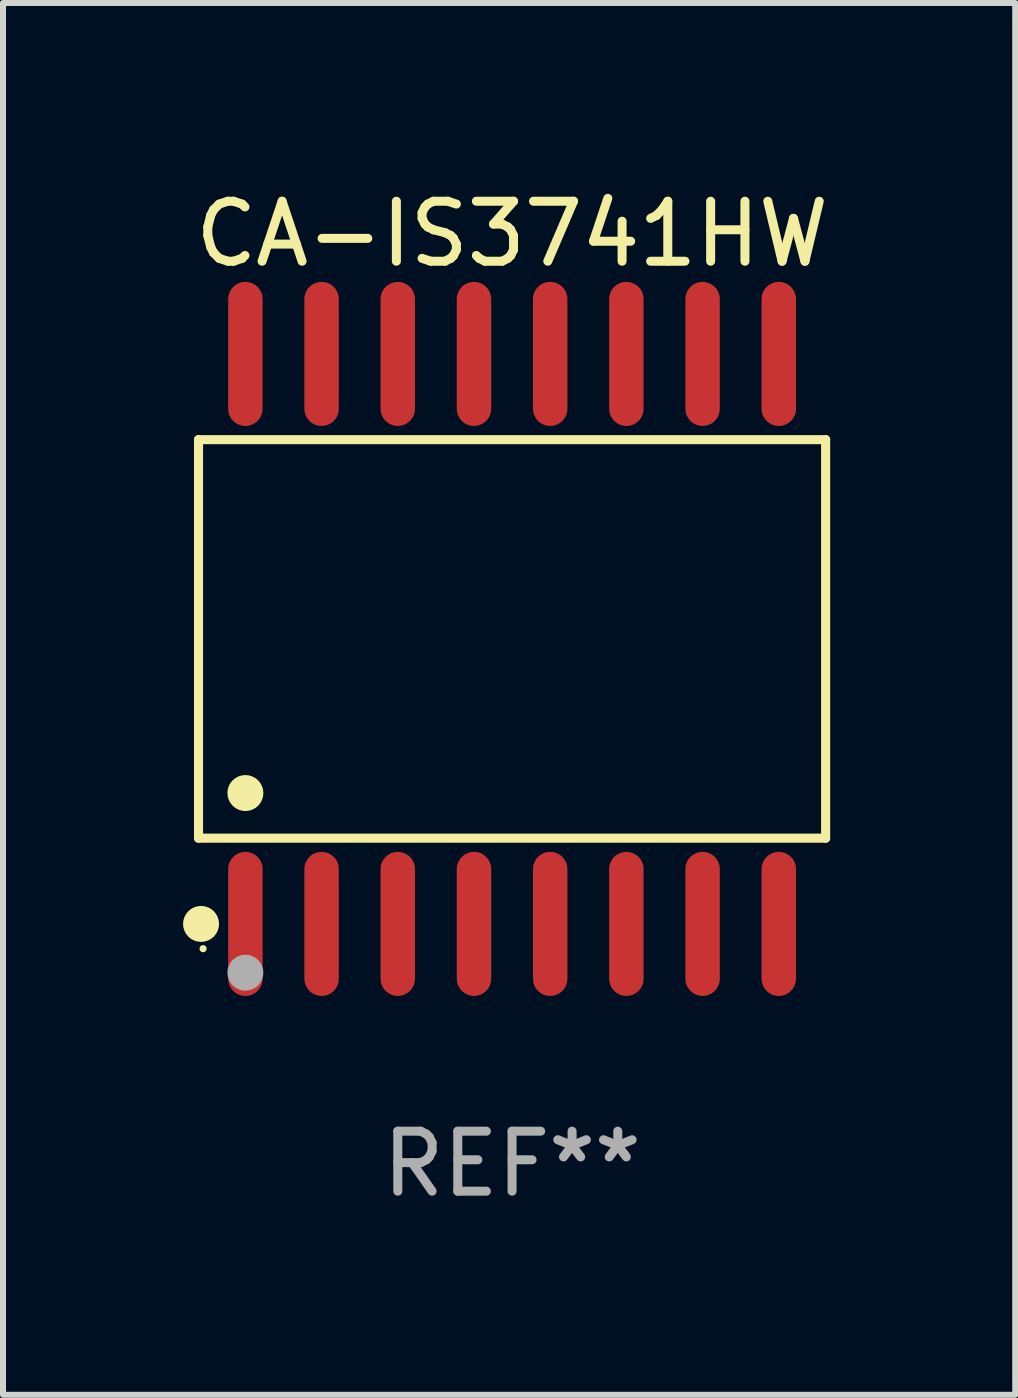
<source format=kicad_pcb>
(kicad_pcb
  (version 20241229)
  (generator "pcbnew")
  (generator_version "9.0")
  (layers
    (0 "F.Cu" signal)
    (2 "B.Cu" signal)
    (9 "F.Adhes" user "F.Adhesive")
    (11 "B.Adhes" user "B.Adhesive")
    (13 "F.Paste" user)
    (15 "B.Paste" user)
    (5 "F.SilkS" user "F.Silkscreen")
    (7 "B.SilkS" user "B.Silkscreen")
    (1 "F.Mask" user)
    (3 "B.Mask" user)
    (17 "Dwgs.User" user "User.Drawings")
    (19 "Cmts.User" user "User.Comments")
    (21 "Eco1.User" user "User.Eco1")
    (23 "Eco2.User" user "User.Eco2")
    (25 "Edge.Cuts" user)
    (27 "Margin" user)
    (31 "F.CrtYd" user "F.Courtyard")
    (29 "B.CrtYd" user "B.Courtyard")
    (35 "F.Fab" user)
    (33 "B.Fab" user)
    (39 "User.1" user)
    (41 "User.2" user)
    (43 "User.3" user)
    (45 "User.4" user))
  (footprint "CA-IS3741HW"
    (layer "F.Cu")
    (at 5.485 7.599)
    (property "Reference" "CA-IS3741HW" (at 0 -6.75 0) (layer "F.SilkS") (effects (font (size 1 1) (thickness 0.15))))
    (attr through_hole)
    (fp_line (start -5.226 -3.321) (end 5.226 -3.321) (stroke (width 0.152) (type solid)) (layer "F.SilkS"))
    (fp_line (start -5.226 3.321) (end -5.226 -3.321) (stroke (width 0.152) (type solid)) (layer "F.SilkS"))
    (fp_line (start 5.226 -3.321) (end 5.226 3.321) (stroke (width 0.152) (type solid)) (layer "F.SilkS"))
    (fp_line (start 5.226 3.321) (end -5.226 3.321) (stroke (width 0.152) (type solid)) (layer "F.SilkS"))
    (fp_circle (center -5.184 4.75) (end -5.034 4.75) (stroke (width 0.3) (type solid)) (fill no) (layer "F.SilkS"))
    (fp_circle (center -5.15 5.163) (end -5.12 5.163) (stroke (width 0.06) (type solid)) (fill no) (layer "F.SilkS"))
    (fp_circle (center -4.445 2.569) (end -4.295 2.569) (stroke (width 0.3) (type solid)) (fill no) (layer "F.SilkS"))
    (fp_circle (center -4.445 5.563) (end -4.295 5.563) (stroke (width 0.3) (type solid)) (fill no) (layer "F.Fab"))
    (fp_text user "REF**" (at 0 8.75 0) (layer "F.Fab") (effects (font (size 1 1) (thickness 0.15))))
    (pad "1" smd oval (at -4.445 4.75) (size 0.574 2.401) (layers "F.Cu" "F.Mask" "F.Paste"))
    (pad "2" smd oval (at -3.175 4.75) (size 0.574 2.401) (layers "F.Cu" "F.Mask" "F.Paste"))
    (pad "3" smd oval (at -1.905 4.75) (size 0.574 2.401) (layers "F.Cu" "F.Mask" "F.Paste"))
    (pad "4" smd oval (at -0.635 4.75) (size 0.574 2.401) (layers "F.Cu" "F.Mask" "F.Paste"))
    (pad "5" smd oval (at 0.635 4.75) (size 0.574 2.401) (layers "F.Cu" "F.Mask" "F.Paste"))
    (pad "6" smd oval (at 1.905 4.75) (size 0.574 2.401) (layers "F.Cu" "F.Mask" "F.Paste"))
    (pad "7" smd oval (at 3.175 4.75) (size 0.574 2.401) (layers "F.Cu" "F.Mask" "F.Paste"))
    (pad "8" smd oval (at 4.445 4.75) (size 0.574 2.401) (layers "F.Cu" "F.Mask" "F.Paste"))
    (pad "9" smd oval (at 4.445 -4.75) (size 0.574 2.401) (layers "F.Cu" "F.Mask" "F.Paste"))
    (pad "10" smd oval (at 3.175 -4.75) (size 0.574 2.401) (layers "F.Cu" "F.Mask" "F.Paste"))
    (pad "11" smd oval (at 1.905 -4.75) (size 0.574 2.401) (layers "F.Cu" "F.Mask" "F.Paste"))
    (pad "12" smd oval (at 0.635 -4.75) (size 0.574 2.401) (layers "F.Cu" "F.Mask" "F.Paste"))
    (pad "13" smd oval (at -0.635 -4.75) (size 0.574 2.401) (layers "F.Cu" "F.Mask" "F.Paste"))
    (pad "14" smd oval (at -1.905 -4.75) (size 0.574 2.401) (layers "F.Cu" "F.Mask" "F.Paste"))
    (pad "15" smd oval (at -3.175 -4.75) (size 0.574 2.401) (layers "F.Cu" "F.Mask" "F.Paste"))
    (pad "16" smd oval (at -4.445 -4.75) (size 0.574 2.401) (layers "F.Cu" "F.Mask" "F.Paste")))
  (gr_rect
    (start -3 -3)
    (end 13.871 20.197)
    (stroke (width 0.1) (type default))
    (fill no)
    (layer "Edge.Cuts")))
</source>
